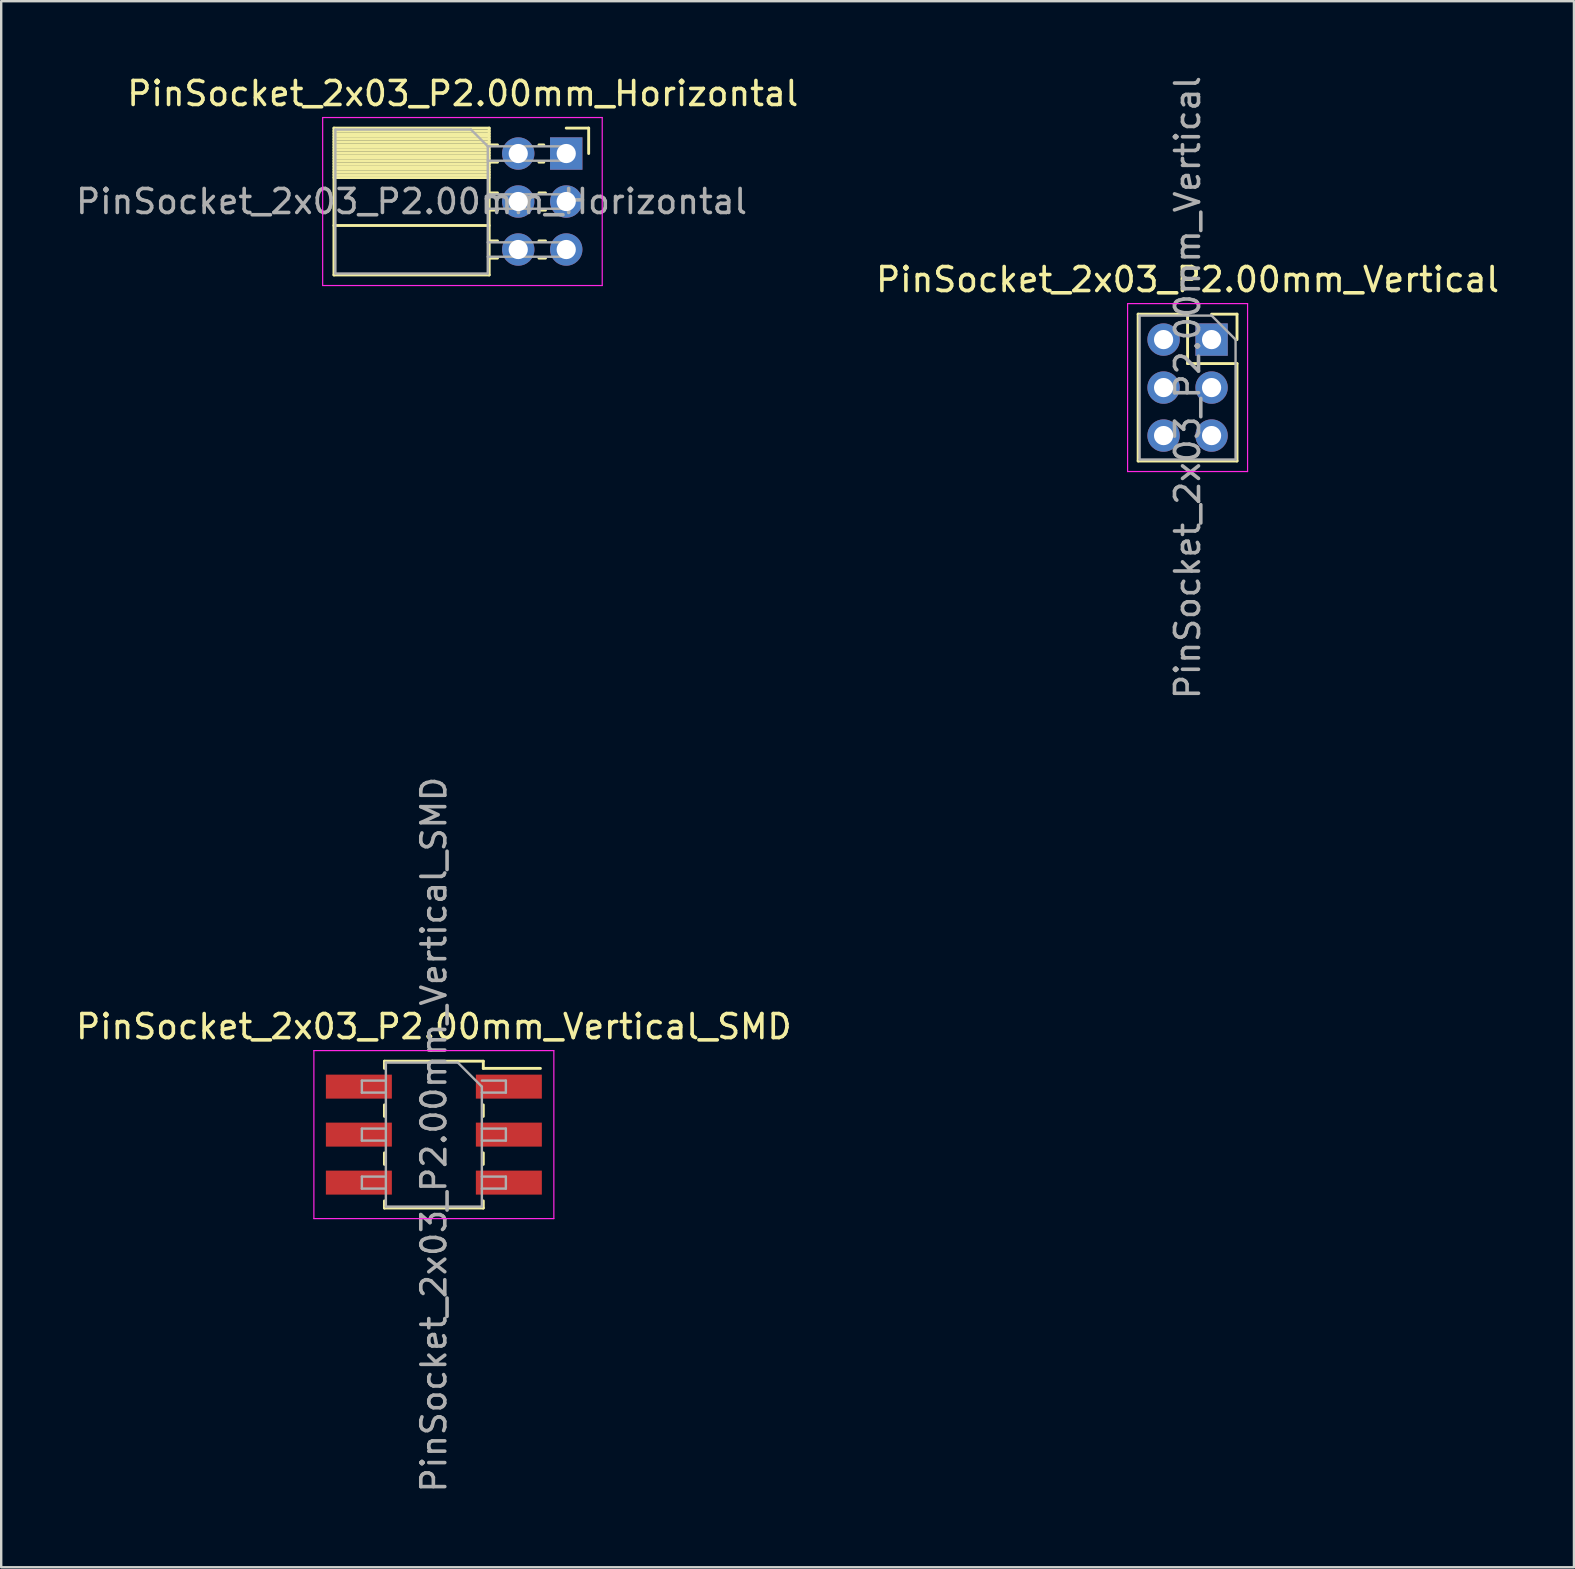
<source format=kicad_pcb>
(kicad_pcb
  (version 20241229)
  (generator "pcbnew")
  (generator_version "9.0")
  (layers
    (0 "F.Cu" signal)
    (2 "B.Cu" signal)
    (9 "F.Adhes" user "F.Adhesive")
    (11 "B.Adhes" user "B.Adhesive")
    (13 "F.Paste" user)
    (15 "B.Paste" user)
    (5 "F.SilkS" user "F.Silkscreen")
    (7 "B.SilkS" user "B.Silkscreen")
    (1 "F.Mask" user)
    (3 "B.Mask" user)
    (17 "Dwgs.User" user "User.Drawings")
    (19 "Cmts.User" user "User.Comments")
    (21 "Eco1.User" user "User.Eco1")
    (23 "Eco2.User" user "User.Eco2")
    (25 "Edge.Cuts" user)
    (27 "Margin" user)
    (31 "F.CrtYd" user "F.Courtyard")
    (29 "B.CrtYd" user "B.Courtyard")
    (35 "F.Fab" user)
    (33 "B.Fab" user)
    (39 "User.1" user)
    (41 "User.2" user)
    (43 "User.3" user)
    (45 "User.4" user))
  (footprint "PinSocket_2x03_P2.00mm_Vertical_SMD"
    (layer "F.Cu")
    (at 15.03 44.232)
    (property "Reference" "PinSocket_2x03_P2.00mm_Vertical_SMD" (at 0 -4.5 0) (layer "F.SilkS") (effects (font (size 1 1) (thickness 0.15))))
    (attr smd)
    (fp_line (start -2.06 -3.06) (end -2.06 -2.76) (stroke (width 0.12) (type solid)) (layer "F.SilkS"))
    (fp_line (start -2.06 -3.06) (end 2.06 -3.06) (stroke (width 0.12) (type solid)) (layer "F.SilkS"))
    (fp_line (start -2.06 -1.24) (end -2.06 -0.76) (stroke (width 0.12) (type solid)) (layer "F.SilkS"))
    (fp_line (start -2.06 0.76) (end -2.06 1.24) (stroke (width 0.12) (type solid)) (layer "F.SilkS"))
    (fp_line (start -2.06 2.76) (end -2.06 3.06) (stroke (width 0.12) (type solid)) (layer "F.SilkS"))
    (fp_line (start -2.06 3.06) (end 2.06 3.06) (stroke (width 0.12) (type solid)) (layer "F.SilkS"))
    (fp_line (start 2.06 -3.06) (end 2.06 -2.76) (stroke (width 0.12) (type solid)) (layer "F.SilkS"))
    (fp_line (start 2.06 -2.76) (end 4.44 -2.76) (stroke (width 0.12) (type solid)) (layer "F.SilkS"))
    (fp_line (start 2.06 -1.24) (end 2.06 -0.76) (stroke (width 0.12) (type solid)) (layer "F.SilkS"))
    (fp_line (start 2.06 0.76) (end 2.06 1.24) (stroke (width 0.12) (type solid)) (layer "F.SilkS"))
    (fp_line (start 2.06 2.76) (end 2.06 3.06) (stroke (width 0.12) (type solid)) (layer "F.SilkS"))
    (fp_line (start -5 -3.5) (end 5 -3.5) (stroke (width 0.05) (type solid)) (layer "F.CrtYd"))
    (fp_line (start -5 3.5) (end -5 -3.5) (stroke (width 0.05) (type solid)) (layer "F.CrtYd"))
    (fp_line (start 5 -3.5) (end 5 3.5) (stroke (width 0.05) (type solid)) (layer "F.CrtYd"))
    (fp_line (start 5 3.5) (end -5 3.5) (stroke (width 0.05) (type solid)) (layer "F.CrtYd"))
    (fp_line (start -3 -2.25) (end -2 -2.25) (stroke (width 0.1) (type solid)) (layer "F.Fab"))
    (fp_line (start -3 -1.75) (end -3 -2.25) (stroke (width 0.1) (type solid)) (layer "F.Fab"))
    (fp_line (start -3 -0.25) (end -2 -0.25) (stroke (width 0.1) (type solid)) (layer "F.Fab"))
    (fp_line (start -3 0.25) (end -3 -0.25) (stroke (width 0.1) (type solid)) (layer "F.Fab"))
    (fp_line (start -3 1.75) (end -2 1.75) (stroke (width 0.1) (type solid)) (layer "F.Fab"))
    (fp_line (start -3 2.25) (end -3 1.75) (stroke (width 0.1) (type solid)) (layer "F.Fab"))
    (fp_line (start -2 -3) (end 1 -3) (stroke (width 0.1) (type solid)) (layer "F.Fab"))
    (fp_line (start -2 -1.75) (end -3 -1.75) (stroke (width 0.1) (type solid)) (layer "F.Fab"))
    (fp_line (start -2 0.25) (end -3 0.25) (stroke (width 0.1) (type solid)) (layer "F.Fab"))
    (fp_line (start -2 2.25) (end -3 2.25) (stroke (width 0.1) (type solid)) (layer "F.Fab"))
    (fp_line (start -2 3) (end -2 -3) (stroke (width 0.1) (type solid)) (layer "F.Fab"))
    (fp_line (start 1 -3) (end 2 -2) (stroke (width 0.1) (type solid)) (layer "F.Fab"))
    (fp_line (start 2 -2.25) (end 3 -2.25) (stroke (width 0.1) (type solid)) (layer "F.Fab"))
    (fp_line (start 2 -2) (end 2 3) (stroke (width 0.1) (type solid)) (layer "F.Fab"))
    (fp_line (start 2 -0.25) (end 3 -0.25) (stroke (width 0.1) (type solid)) (layer "F.Fab"))
    (fp_line (start 2 1.75) (end 3 1.75) (stroke (width 0.1) (type solid)) (layer "F.Fab"))
    (fp_line (start 2 3) (end -2 3) (stroke (width 0.1) (type solid)) (layer "F.Fab"))
    (fp_line (start 3 -2.25) (end 3 -1.75) (stroke (width 0.1) (type solid)) (layer "F.Fab"))
    (fp_line (start 3 -1.75) (end 2 -1.75) (stroke (width 0.1) (type solid)) (layer "F.Fab"))
    (fp_line (start 3 -0.25) (end 3 0.25) (stroke (width 0.1) (type solid)) (layer "F.Fab"))
    (fp_line (start 3 0.25) (end 2 0.25) (stroke (width 0.1) (type solid)) (layer "F.Fab"))
    (fp_line (start 3 1.75) (end 3 2.25) (stroke (width 0.1) (type solid)) (layer "F.Fab"))
    (fp_line (start 3 2.25) (end 2 2.25) (stroke (width 0.1) (type solid)) (layer "F.Fab"))
    (fp_text user "${REFERENCE}" (at 0 0 90) (layer "F.Fab") (effects (font (size 1 1) (thickness 0.15))))
    (pad "1" smd rect (at 3.125 -2) (size 2.75 1) (layers "F.Cu" "F.Mask" "F.Paste"))
    (pad "2" smd rect (at -3.125 -2) (size 2.75 1) (layers "F.Cu" "F.Mask" "F.Paste"))
    (pad "3" smd rect (at 3.125 0) (size 2.75 1) (layers "F.Cu" "F.Mask" "F.Paste"))
    (pad "4" smd rect (at -3.125 0) (size 2.75 1) (layers "F.Cu" "F.Mask" "F.Paste"))
    (pad "5" smd rect (at 3.125 2) (size 2.75 1) (layers "F.Cu" "F.Mask" "F.Paste"))
    (pad "6" smd rect (at -3.125 2) (size 2.75 1) (layers "F.Cu" "F.Mask" "F.Paste")))
  (footprint "PinSocket_2x03_P2.00mm_Horizontal"
    (layer "F.Cu")
    (at 20.546 3.348)
    (property "Reference" "PinSocket_2x03_P2.00mm_Horizontal" (at -4.31 -2.5 0) (layer "F.SilkS") (effects (font (size 1 1) (thickness 0.15))))
    (attr through_hole)
    (fp_line (start -9.68 -1.06) (end -9.68 5.06) (stroke (width 0.12) (type solid)) (layer "F.SilkS"))
    (fp_line (start -9.68 -1.06) (end -3.21 -1.06) (stroke (width 0.12) (type solid)) (layer "F.SilkS"))
    (fp_line (start -9.68 -0.94) (end -3.21 -0.94) (stroke (width 0.12) (type solid)) (layer "F.SilkS"))
    (fp_line (start -9.68 -0.826) (end -3.21 -0.826) (stroke (width 0.12) (type solid)) (layer "F.SilkS"))
    (fp_line (start -9.68 -0.712) (end -3.21 -0.712) (stroke (width 0.12) (type solid)) (layer "F.SilkS"))
    (fp_line (start -9.68 -0.598) (end -3.21 -0.598) (stroke (width 0.12) (type solid)) (layer "F.SilkS"))
    (fp_line (start -9.68 -0.484) (end -3.21 -0.484) (stroke (width 0.12) (type solid)) (layer "F.SilkS"))
    (fp_line (start -9.68 -0.369) (end -3.21 -0.369) (stroke (width 0.12) (type solid)) (layer "F.SilkS"))
    (fp_line (start -9.68 -0.255) (end -3.21 -0.255) (stroke (width 0.12) (type solid)) (layer "F.SilkS"))
    (fp_line (start -9.68 -0.141) (end -3.21 -0.141) (stroke (width 0.12) (type solid)) (layer "F.SilkS"))
    (fp_line (start -9.68 -0.027) (end -3.21 -0.027) (stroke (width 0.12) (type solid)) (layer "F.SilkS"))
    (fp_line (start -9.68 0.087) (end -3.21 0.087) (stroke (width 0.12) (type solid)) (layer "F.SilkS"))
    (fp_line (start -9.68 0.201) (end -3.21 0.201) (stroke (width 0.12) (type solid)) (layer "F.SilkS"))
    (fp_line (start -9.68 0.315) (end -3.21 0.315) (stroke (width 0.12) (type solid)) (layer "F.SilkS"))
    (fp_line (start -9.68 0.429) (end -3.21 0.429) (stroke (width 0.12) (type solid)) (layer "F.SilkS"))
    (fp_line (start -9.68 0.544) (end -3.21 0.544) (stroke (width 0.12) (type solid)) (layer "F.SilkS"))
    (fp_line (start -9.68 0.658) (end -3.21 0.658) (stroke (width 0.12) (type solid)) (layer "F.SilkS"))
    (fp_line (start -9.68 0.772) (end -3.21 0.772) (stroke (width 0.12) (type solid)) (layer "F.SilkS"))
    (fp_line (start -9.68 0.886) (end -3.21 0.886) (stroke (width 0.12) (type solid)) (layer "F.SilkS"))
    (fp_line (start -9.68 1) (end -3.21 1) (stroke (width 0.12) (type solid)) (layer "F.SilkS"))
    (fp_line (start -9.68 3) (end -3.21 3) (stroke (width 0.12) (type solid)) (layer "F.SilkS"))
    (fp_line (start -9.68 5.06) (end -3.21 5.06) (stroke (width 0.12) (type solid)) (layer "F.SilkS"))
    (fp_line (start -3.21 -1.06) (end -3.21 5.06) (stroke (width 0.12) (type solid)) (layer "F.SilkS"))
    (fp_line (start -3.21 -0.36) (end -2.863 -0.36) (stroke (width 0.12) (type solid)) (layer "F.SilkS"))
    (fp_line (start -3.21 0.36) (end -2.863 0.36) (stroke (width 0.12) (type solid)) (layer "F.SilkS"))
    (fp_line (start -3.21 1.64) (end -2.863 1.64) (stroke (width 0.12) (type solid)) (layer "F.SilkS"))
    (fp_line (start -3.21 2.36) (end -2.863 2.36) (stroke (width 0.12) (type solid)) (layer "F.SilkS"))
    (fp_line (start -3.21 3.64) (end -2.863 3.64) (stroke (width 0.12) (type solid)) (layer "F.SilkS"))
    (fp_line (start -3.21 4.36) (end -2.863 4.36) (stroke (width 0.12) (type solid)) (layer "F.SilkS"))
    (fp_line (start -1.137 -0.36) (end -0.935 -0.36) (stroke (width 0.12) (type solid)) (layer "F.SilkS"))
    (fp_line (start -1.137 0.36) (end -0.935 0.36) (stroke (width 0.12) (type solid)) (layer "F.SilkS"))
    (fp_line (start -1.137 1.64) (end -0.863 1.64) (stroke (width 0.12) (type solid)) (layer "F.SilkS"))
    (fp_line (start -1.137 2.36) (end -0.863 2.36) (stroke (width 0.12) (type solid)) (layer "F.SilkS"))
    (fp_line (start -1.137 3.64) (end -0.863 3.64) (stroke (width 0.12) (type solid)) (layer "F.SilkS"))
    (fp_line (start -1.137 4.36) (end -0.863 4.36) (stroke (width 0.12) (type solid)) (layer "F.SilkS"))
    (fp_line (start 0 -1.06) (end 0.935 -1.06) (stroke (width 0.12) (type solid)) (layer "F.SilkS"))
    (fp_line (start 0.935 -1.06) (end 0.935 0) (stroke (width 0.12) (type solid)) (layer "F.SilkS"))
    (fp_line (start -10.15 -1.5) (end -10.15 5.5) (stroke (width 0.05) (type solid)) (layer "F.CrtYd"))
    (fp_line (start -10.15 5.5) (end 1.5 5.5) (stroke (width 0.05) (type solid)) (layer "F.CrtYd"))
    (fp_line (start 1.5 -1.5) (end -10.15 -1.5) (stroke (width 0.05) (type solid)) (layer "F.CrtYd"))
    (fp_line (start 1.5 5.5) (end 1.5 -1.5) (stroke (width 0.05) (type solid)) (layer "F.CrtYd"))
    (fp_line (start -9.62 -1) (end -3.97 -1) (stroke (width 0.1) (type solid)) (layer "F.Fab"))
    (fp_line (start -9.62 5) (end -9.62 -1) (stroke (width 0.1) (type solid)) (layer "F.Fab"))
    (fp_line (start -3.97 -1) (end -3.27 -0.3) (stroke (width 0.1) (type solid)) (layer "F.Fab"))
    (fp_line (start -3.27 -0.3) (end -3.27 5) (stroke (width 0.1) (type solid)) (layer "F.Fab"))
    (fp_line (start -3.27 0.3) (end 0 0.3) (stroke (width 0.1) (type solid)) (layer "F.Fab"))
    (fp_line (start -3.27 2.3) (end 0 2.3) (stroke (width 0.1) (type solid)) (layer "F.Fab"))
    (fp_line (start -3.27 4.3) (end 0 4.3) (stroke (width 0.1) (type solid)) (layer "F.Fab"))
    (fp_line (start -3.27 5) (end -9.62 5) (stroke (width 0.1) (type solid)) (layer "F.Fab"))
    (fp_line (start 0 -0.3) (end -3.27 -0.3) (stroke (width 0.1) (type solid)) (layer "F.Fab"))
    (fp_line (start 0 0.3) (end 0 -0.3) (stroke (width 0.1) (type solid)) (layer "F.Fab"))
    (fp_line (start 0 1.7) (end -3.27 1.7) (stroke (width 0.1) (type solid)) (layer "F.Fab"))
    (fp_line (start 0 2.3) (end 0 1.7) (stroke (width 0.1) (type solid)) (layer "F.Fab"))
    (fp_line (start 0 3.7) (end -3.27 3.7) (stroke (width 0.1) (type solid)) (layer "F.Fab"))
    (fp_line (start 0 4.3) (end 0 3.7) (stroke (width 0.1) (type solid)) (layer "F.Fab"))
    (fp_text user "${REFERENCE}" (at -6.445 2 0) (layer "F.Fab") (effects (font (size 1 1) (thickness 0.15))))
    (pad "1" thru_hole rect (at 0 0) (size 1.35 1.35) (drill 0.8) (layers "*.Cu" "*.Mask"))
    (pad "2" thru_hole oval (at -2 0) (size 1.35 1.35) (drill 0.8) (layers "*.Cu" "*.Mask"))
    (pad "3" thru_hole oval (at 0 2) (size 1.35 1.35) (drill 0.8) (layers "*.Cu" "*.Mask"))
    (pad "4" thru_hole oval (at -2 2) (size 1.35 1.35) (drill 0.8) (layers "*.Cu" "*.Mask"))
    (pad "5" thru_hole oval (at 0 4) (size 1.35 1.35) (drill 0.8) (layers "*.Cu" "*.Mask"))
    (pad "6" thru_hole oval (at -2 4) (size 1.35 1.35) (drill 0.8) (layers "*.Cu" "*.Mask")))
  (footprint "PinSocket_2x03_P2.00mm_Vertical"
    (layer "F.Cu")
    (at 47.439 11.101)
    (property "Reference" "PinSocket_2x03_P2.00mm_Vertical" (at -1 -2.5 0) (layer "F.SilkS") (effects (font (size 1 1) (thickness 0.15))))
    (attr through_hole)
    (fp_line (start -3.06 -1.06) (end -3.06 5.06) (stroke (width 0.12) (type solid)) (layer "F.SilkS"))
    (fp_line (start -3.06 -1.06) (end -1 -1.06) (stroke (width 0.12) (type solid)) (layer "F.SilkS"))
    (fp_line (start -3.06 5.06) (end 1.06 5.06) (stroke (width 0.12) (type solid)) (layer "F.SilkS"))
    (fp_line (start -1 -1.06) (end -1 1) (stroke (width 0.12) (type solid)) (layer "F.SilkS"))
    (fp_line (start -1 1) (end 1.06 1) (stroke (width 0.12) (type solid)) (layer "F.SilkS"))
    (fp_line (start 0 -1.06) (end 1.06 -1.06) (stroke (width 0.12) (type solid)) (layer "F.SilkS"))
    (fp_line (start 1.06 -1.06) (end 1.06 0) (stroke (width 0.12) (type solid)) (layer "F.SilkS"))
    (fp_line (start 1.06 1) (end 1.06 5.06) (stroke (width 0.12) (type solid)) (layer "F.SilkS"))
    (fp_line (start -3.5 -1.5) (end 1.5 -1.5) (stroke (width 0.05) (type solid)) (layer "F.CrtYd"))
    (fp_line (start -3.5 5.5) (end -3.5 -1.5) (stroke (width 0.05) (type solid)) (layer "F.CrtYd"))
    (fp_line (start 1.5 -1.5) (end 1.5 5.5) (stroke (width 0.05) (type solid)) (layer "F.CrtYd"))
    (fp_line (start 1.5 5.5) (end -3.5 5.5) (stroke (width 0.05) (type solid)) (layer "F.CrtYd"))
    (fp_line (start -3 -1) (end 0 -1) (stroke (width 0.1) (type solid)) (layer "F.Fab"))
    (fp_line (start -3 5) (end -3 -1) (stroke (width 0.1) (type solid)) (layer "F.Fab"))
    (fp_line (start 0 -1) (end 1 0) (stroke (width 0.1) (type solid)) (layer "F.Fab"))
    (fp_line (start 1 0) (end 1 5) (stroke (width 0.1) (type solid)) (layer "F.Fab"))
    (fp_line (start 1 5) (end -3 5) (stroke (width 0.1) (type solid)) (layer "F.Fab"))
    (fp_text user "${REFERENCE}" (at -1 2 90) (layer "F.Fab") (effects (font (size 1 1) (thickness 0.15))))
    (pad "1" thru_hole rect (at 0 0) (size 1.35 1.35) (drill 0.8) (layers "*.Cu" "*.Mask"))
    (pad "2" thru_hole oval (at -2 0) (size 1.35 1.35) (drill 0.8) (layers "*.Cu" "*.Mask"))
    (pad "3" thru_hole oval (at 0 2) (size 1.35 1.35) (drill 0.8) (layers "*.Cu" "*.Mask"))
    (pad "4" thru_hole oval (at -2 2) (size 1.35 1.35) (drill 0.8) (layers "*.Cu" "*.Mask"))
    (pad "5" thru_hole oval (at 0 4) (size 1.35 1.35) (drill 0.8) (layers "*.Cu" "*.Mask"))
    (pad "6" thru_hole oval (at -2 4) (size 1.35 1.35) (drill 0.8) (layers "*.Cu" "*.Mask")))
  (gr_rect
    (start -3 -3)
    (end 62.54 62.262)
    (stroke (width 0.1) (type default))
    (fill no)
    (layer "Edge.Cuts")))
</source>
